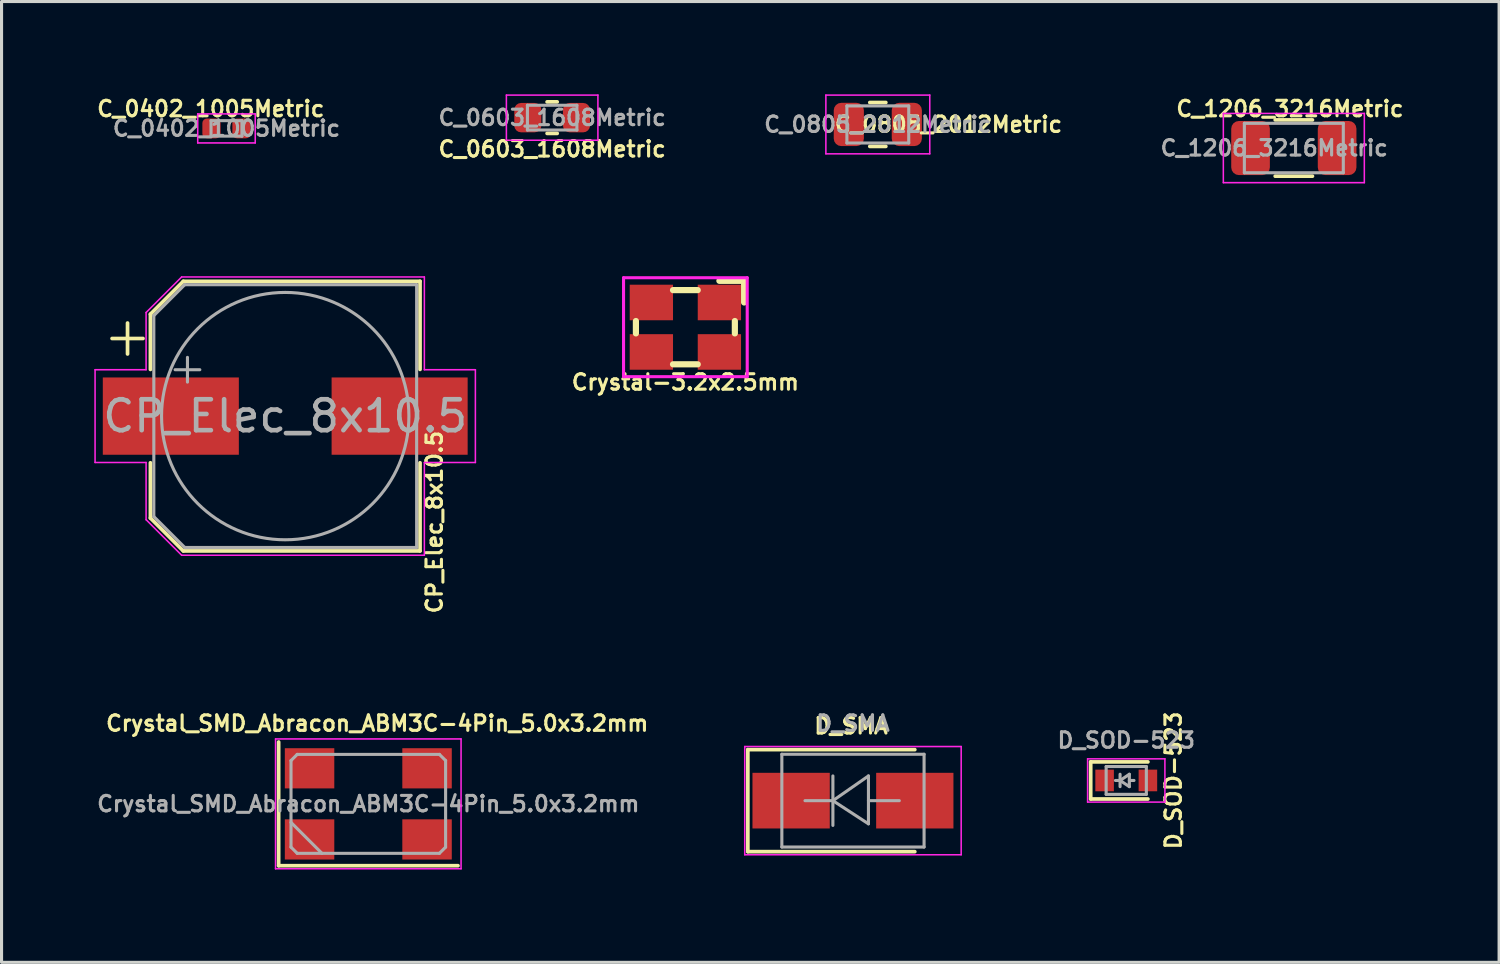
<source format=kicad_pcb>
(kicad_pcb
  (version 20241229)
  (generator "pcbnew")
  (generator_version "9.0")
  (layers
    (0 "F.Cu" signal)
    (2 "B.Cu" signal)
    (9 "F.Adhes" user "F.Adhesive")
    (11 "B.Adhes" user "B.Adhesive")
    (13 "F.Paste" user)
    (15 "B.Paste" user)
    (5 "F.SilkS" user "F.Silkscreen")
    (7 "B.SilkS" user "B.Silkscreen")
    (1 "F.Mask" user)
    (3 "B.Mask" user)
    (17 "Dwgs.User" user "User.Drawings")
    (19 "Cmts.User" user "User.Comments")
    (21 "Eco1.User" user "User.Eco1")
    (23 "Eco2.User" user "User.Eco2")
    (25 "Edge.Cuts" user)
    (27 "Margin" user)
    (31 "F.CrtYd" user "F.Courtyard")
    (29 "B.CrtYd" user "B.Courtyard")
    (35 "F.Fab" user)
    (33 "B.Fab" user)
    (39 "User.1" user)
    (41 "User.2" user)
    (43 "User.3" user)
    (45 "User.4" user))
  (footprint "C_0603_1608Metric"
    (layer "F.Cu")
    (at 14.808 0.755)
    (property "Reference" "C_0603_1608Metric" (at 0 1.016 0) (layer "F.SilkS") (effects (font (size 0.5 0.5) (thickness 0.1))))
    (attr smd)
    (fp_line (start -0.163 -0.51) (end 0.163 -0.51) (stroke (width 0.12) (type solid)) (layer "F.SilkS"))
    (fp_line (start -0.163 0.51) (end 0.163 0.51) (stroke (width 0.12) (type solid)) (layer "F.SilkS"))
    (fp_line (start -1.48 -0.73) (end 1.48 -0.73) (stroke (width 0.05) (type solid)) (layer "F.CrtYd"))
    (fp_line (start -1.48 0.73) (end -1.48 -0.73) (stroke (width 0.05) (type solid)) (layer "F.CrtYd"))
    (fp_line (start 1.48 -0.73) (end 1.48 0.73) (stroke (width 0.05) (type solid)) (layer "F.CrtYd"))
    (fp_line (start 1.48 0.73) (end -1.48 0.73) (stroke (width 0.05) (type solid)) (layer "F.CrtYd"))
    (fp_line (start -0.8 -0.4) (end 0.8 -0.4) (stroke (width 0.1) (type solid)) (layer "F.Fab"))
    (fp_line (start -0.8 0.4) (end -0.8 -0.4) (stroke (width 0.1) (type solid)) (layer "F.Fab"))
    (fp_line (start 0.8 -0.4) (end 0.8 0.4) (stroke (width 0.1) (type solid)) (layer "F.Fab"))
    (fp_line (start 0.8 0.4) (end -0.8 0.4) (stroke (width 0.1) (type solid)) (layer "F.Fab"))
    (fp_text user "${REFERENCE}" (at 0 0 0) (layer "F.Fab") (effects (font (size 0.5 0.5) (thickness 0.1))))
    (pad "1" smd roundrect (at -0.787 0) (size 0.875 0.95) (layers "F.Cu" "F.Mask" "F.Paste") (roundrect_rratio 0.25))
    (pad "2" smd roundrect (at 0.787 0) (size 0.875 0.95) (layers "F.Cu" "F.Mask" "F.Paste") (roundrect_rratio 0.25)))
  (footprint "Crystal-3.2x2.5mm"
    (layer "F.Cu")
    (at 19.117 7.533)
    (property "Reference" "Crystal-3.2x2.5mm" (at 0 1.778 180) (layer "F.SilkS") (effects (font (size 0.5 0.5) (thickness 0.1))))
    (attr smd)
    (fp_line (start -1.6 -0.2) (end -1.6 0.2) (stroke (width 0.2) (type solid)) (layer "F.SilkS"))
    (fp_line (start -0.4 -1.2) (end 0.4 -1.2) (stroke (width 0.2) (type solid)) (layer "F.SilkS"))
    (fp_line (start 0.4 1.2) (end -0.4 1.2) (stroke (width 0.2) (type solid)) (layer "F.SilkS"))
    (fp_line (start 1.1 -1.5) (end 1.9 -1.5) (stroke (width 0.2) (type solid)) (layer "F.SilkS"))
    (fp_line (start 1.6 -0.2) (end 1.6 0.2) (stroke (width 0.2) (type solid)) (layer "F.SilkS"))
    (fp_line (start 1.9 -1.5) (end 1.9 -0.8) (stroke (width 0.2) (type solid)) (layer "F.SilkS"))
    (fp_line (start -2 -1.6) (end 2 -1.6) (stroke (width 0.1) (type solid)) (layer "F.CrtYd"))
    (fp_line (start -2 1.6) (end -2 -1.6) (stroke (width 0.1) (type solid)) (layer "F.CrtYd"))
    (fp_line (start 2 -1.6) (end 2 1.6) (stroke (width 0.1) (type solid)) (layer "F.CrtYd"))
    (fp_line (start 2 1.6) (end -2 1.6) (stroke (width 0.1) (type solid)) (layer "F.CrtYd"))
    (pad "1" smd rect (at 1.1 -0.8) (size 1.4 1.15) (layers "F.Cu" "F.Mask" "F.Paste"))
    (pad "2" smd rect (at -1.1 -0.8) (size 1.4 1.15) (layers "F.Cu" "F.Mask" "F.Paste"))
    (pad "3" smd rect (at -1.1 0.8) (size 1.4 1.15) (layers "F.Cu" "F.Mask" "F.Paste"))
    (pad "4" smd rect (at 1.1 0.8) (size 1.4 1.15) (layers "F.Cu" "F.Mask" "F.Paste")))
  (footprint "C_0402_1005Metric"
    (layer "F.Cu")
    (at 4.275 1.103)
    (property "Reference" "C_0402_1005Metric" (at -0.508 -0.635 0) (layer "F.SilkS") (effects (font (size 0.5 0.5) (thickness 0.1))))
    (attr smd)
    (fp_line (start -0.93 -0.47) (end 0.93 -0.47) (stroke (width 0.05) (type solid)) (layer "F.CrtYd"))
    (fp_line (start -0.93 0.47) (end -0.93 -0.47) (stroke (width 0.05) (type solid)) (layer "F.CrtYd"))
    (fp_line (start 0.93 -0.47) (end 0.93 0.47) (stroke (width 0.05) (type solid)) (layer "F.CrtYd"))
    (fp_line (start 0.93 0.47) (end -0.93 0.47) (stroke (width 0.05) (type solid)) (layer "F.CrtYd"))
    (fp_line (start -0.5 -0.25) (end 0.5 -0.25) (stroke (width 0.1) (type solid)) (layer "F.Fab"))
    (fp_line (start -0.5 0.25) (end -0.5 -0.25) (stroke (width 0.1) (type solid)) (layer "F.Fab"))
    (fp_line (start 0.5 -0.25) (end 0.5 0.25) (stroke (width 0.1) (type solid)) (layer "F.Fab"))
    (fp_line (start 0.5 0.25) (end -0.5 0.25) (stroke (width 0.1) (type solid)) (layer "F.Fab"))
    (fp_text user "${REFERENCE}" (at 0 0 0) (layer "F.Fab") (effects (font (size 0.5 0.5) (thickness 0.1))))
    (pad "1" smd roundrect (at -0.485 0) (size 0.59 0.64) (layers "F.Cu" "F.Mask" "F.Paste") (roundrect_rratio 0.25))
    (pad "2" smd roundrect (at 0.485 0) (size 0.59 0.64) (layers "F.Cu" "F.Mask" "F.Paste") (roundrect_rratio 0.25)))
  (footprint "D_SOD-523"
    (layer "F.Cu")
    (at 33.376 22.192)
    (property "Reference" "D_SOD-523" (at 1.524 0 90) (layer "F.SilkS") (effects (font (size 0.5 0.5) (thickness 0.1))))
    (attr smd)
    (fp_line (start -1.15 -0.6) (end -1.15 0.6) (stroke (width 0.12) (type solid)) (layer "F.SilkS"))
    (fp_line (start 0.7 -0.6) (end -1.15 -0.6) (stroke (width 0.12) (type solid)) (layer "F.SilkS"))
    (fp_line (start 0.7 0.6) (end -1.15 0.6) (stroke (width 0.12) (type solid)) (layer "F.SilkS"))
    (fp_line (start -1.25 -0.7) (end 1.25 -0.7) (stroke (width 0.05) (type solid)) (layer "F.CrtYd"))
    (fp_line (start -1.25 0.7) (end -1.25 -0.7) (stroke (width 0.05) (type solid)) (layer "F.CrtYd"))
    (fp_line (start 1.25 -0.7) (end 1.25 0.7) (stroke (width 0.05) (type solid)) (layer "F.CrtYd"))
    (fp_line (start 1.25 0.7) (end -1.25 0.7) (stroke (width 0.05) (type solid)) (layer "F.CrtYd"))
    (fp_line (start -0.65 -0.45) (end 0.65 -0.45) (stroke (width 0.1) (type solid)) (layer "F.Fab"))
    (fp_line (start -0.65 0.45) (end -0.65 -0.45) (stroke (width 0.1) (type solid)) (layer "F.Fab"))
    (fp_line (start -0.2 0) (end -0.35 0) (stroke (width 0.1) (type solid)) (layer "F.Fab"))
    (fp_line (start -0.2 0) (end 0.1 0.2) (stroke (width 0.1) (type solid)) (layer "F.Fab"))
    (fp_line (start -0.2 0.2) (end -0.2 -0.2) (stroke (width 0.1) (type solid)) (layer "F.Fab"))
    (fp_line (start 0.1 -0.2) (end -0.2 0) (stroke (width 0.1) (type solid)) (layer "F.Fab"))
    (fp_line (start 0.1 0) (end 0.25 0) (stroke (width 0.1) (type solid)) (layer "F.Fab"))
    (fp_line (start 0.1 0.2) (end 0.1 -0.2) (stroke (width 0.1) (type solid)) (layer "F.Fab"))
    (fp_line (start 0.65 -0.45) (end 0.65 0.45) (stroke (width 0.1) (type solid)) (layer "F.Fab"))
    (fp_line (start 0.65 0.45) (end -0.65 0.45) (stroke (width 0.1) (type solid)) (layer "F.Fab"))
    (fp_text user "${REFERENCE}" (at 0 -1.3 0) (layer "F.Fab") (effects (font (size 0.5 0.5) (thickness 0.1))))
    (pad "1" smd rect (at -0.7 0 180) (size 0.6 0.7) (layers "F.Cu" "F.Mask" "F.Paste"))
    (pad "2" smd rect (at 0.7 0 180) (size 0.6 0.7) (layers "F.Cu" "F.Mask" "F.Paste")))
  (footprint "D_SMA"
    (layer "F.Cu")
    (at 24.537 22.845)
    (property "Reference" "D_SMA" (at -0.064 -2.413 0) (layer "F.SilkS") (effects (font (size 0.5 0.5) (thickness 0.1))))
    (attr smd)
    (fp_line (start -3.4 -1.65) (end -3.4 1.65) (stroke (width 0.12) (type solid)) (layer "F.SilkS"))
    (fp_line (start -3.4 -1.65) (end 2 -1.65) (stroke (width 0.12) (type solid)) (layer "F.SilkS"))
    (fp_line (start -3.4 1.65) (end 2 1.65) (stroke (width 0.12) (type solid)) (layer "F.SilkS"))
    (fp_line (start -3.5 -1.75) (end 3.5 -1.75) (stroke (width 0.05) (type solid)) (layer "F.CrtYd"))
    (fp_line (start -3.5 1.75) (end -3.5 -1.75) (stroke (width 0.05) (type solid)) (layer "F.CrtYd"))
    (fp_line (start 3.5 -1.75) (end 3.5 1.75) (stroke (width 0.05) (type solid)) (layer "F.CrtYd"))
    (fp_line (start 3.5 1.75) (end -3.5 1.75) (stroke (width 0.05) (type solid)) (layer "F.CrtYd"))
    (fp_line (start -2.3 1.5) (end -2.3 -1.5) (stroke (width 0.1) (type solid)) (layer "F.Fab"))
    (fp_line (start -0.649 -0.799) (end -0.649 0.801) (stroke (width 0.1) (type solid)) (layer "F.Fab"))
    (fp_line (start -0.649 0.001) (end -1.551 0.001) (stroke (width 0.1) (type solid)) (layer "F.Fab"))
    (fp_line (start -0.649 0.001) (end 0.501 -0.799) (stroke (width 0.1) (type solid)) (layer "F.Fab"))
    (fp_line (start -0.649 0.001) (end 0.501 0.75) (stroke (width 0.1) (type solid)) (layer "F.Fab"))
    (fp_line (start 0.501 0.001) (end 1.499 0.001) (stroke (width 0.1) (type solid)) (layer "F.Fab"))
    (fp_line (start 0.501 0.75) (end 0.501 -0.799) (stroke (width 0.1) (type solid)) (layer "F.Fab"))
    (fp_line (start 2.3 -1.5) (end -2.3 -1.5) (stroke (width 0.1) (type solid)) (layer "F.Fab"))
    (fp_line (start 2.3 -1.5) (end 2.3 1.5) (stroke (width 0.1) (type solid)) (layer "F.Fab"))
    (fp_line (start 2.3 1.5) (end -2.3 1.5) (stroke (width 0.1) (type solid)) (layer "F.Fab"))
    (fp_text user "${REFERENCE}" (at 0 -2.5 0) (layer "F.Fab") (effects (font (size 0.5 0.5) (thickness 0.1))))
    (pad "1" smd rect (at -2 0) (size 2.5 1.8) (layers "F.Cu" "F.Mask" "F.Paste"))
    (pad "2" smd rect (at 2 0) (size 2.5 1.8) (layers "F.Cu" "F.Mask" "F.Paste")))
  (footprint "CP_Elec_8x10.5"
    (layer "F.Cu")
    (at 6.175 10.408)
    (property "Reference" "CP_Elec_8x10.5" (at 4.826 3.429 90) (layer "F.SilkS") (effects (font (size 0.5 0.5) (thickness 0.1))))
    (attr smd)
    (fp_line (start -5.6 -2.51) (end -4.6 -2.51) (stroke (width 0.12) (type solid)) (layer "F.SilkS"))
    (fp_line (start -5.1 -3.01) (end -5.1 -2.01) (stroke (width 0.12) (type solid)) (layer "F.SilkS"))
    (fp_line (start -4.36 -3.296) (end -4.36 -1.51) (stroke (width 0.12) (type solid)) (layer "F.SilkS"))
    (fp_line (start -4.36 -3.296) (end -3.296 -4.36) (stroke (width 0.12) (type solid)) (layer "F.SilkS"))
    (fp_line (start -4.36 3.296) (end -4.36 1.51) (stroke (width 0.12) (type solid)) (layer "F.SilkS"))
    (fp_line (start -4.36 3.296) (end -3.296 4.36) (stroke (width 0.12) (type solid)) (layer "F.SilkS"))
    (fp_line (start -3.296 -4.36) (end 4.36 -4.36) (stroke (width 0.12) (type solid)) (layer "F.SilkS"))
    (fp_line (start -3.296 4.36) (end 4.36 4.36) (stroke (width 0.12) (type solid)) (layer "F.SilkS"))
    (fp_line (start 4.36 -4.36) (end 4.36 -1.51) (stroke (width 0.12) (type solid)) (layer "F.SilkS"))
    (fp_line (start 4.36 4.36) (end 4.36 1.51) (stroke (width 0.12) (type solid)) (layer "F.SilkS"))
    (fp_line (start -6.15 -1.5) (end -6.15 1.5) (stroke (width 0.05) (type solid)) (layer "F.CrtYd"))
    (fp_line (start -6.15 1.5) (end -4.5 1.5) (stroke (width 0.05) (type solid)) (layer "F.CrtYd"))
    (fp_line (start -4.5 -3.35) (end -4.5 -1.5) (stroke (width 0.05) (type solid)) (layer "F.CrtYd"))
    (fp_line (start -4.5 -3.35) (end -3.35 -4.5) (stroke (width 0.05) (type solid)) (layer "F.CrtYd"))
    (fp_line (start -4.5 -1.5) (end -6.15 -1.5) (stroke (width 0.05) (type solid)) (layer "F.CrtYd"))
    (fp_line (start -4.5 1.5) (end -4.5 3.35) (stroke (width 0.05) (type solid)) (layer "F.CrtYd"))
    (fp_line (start -4.5 3.35) (end -3.35 4.5) (stroke (width 0.05) (type solid)) (layer "F.CrtYd"))
    (fp_line (start -3.35 -4.5) (end 4.5 -4.5) (stroke (width 0.05) (type solid)) (layer "F.CrtYd"))
    (fp_line (start -3.35 4.5) (end 4.5 4.5) (stroke (width 0.05) (type solid)) (layer "F.CrtYd"))
    (fp_line (start 4.5 -4.5) (end 4.5 -1.5) (stroke (width 0.05) (type solid)) (layer "F.CrtYd"))
    (fp_line (start 4.5 -1.5) (end 6.15 -1.5) (stroke (width 0.05) (type solid)) (layer "F.CrtYd"))
    (fp_line (start 4.5 1.5) (end 4.5 4.5) (stroke (width 0.05) (type solid)) (layer "F.CrtYd"))
    (fp_line (start 6.15 -1.5) (end 6.15 1.5) (stroke (width 0.05) (type solid)) (layer "F.CrtYd"))
    (fp_line (start 6.15 1.5) (end 4.5 1.5) (stroke (width 0.05) (type solid)) (layer "F.CrtYd"))
    (fp_line (start -4.25 -3.25) (end -4.25 3.25) (stroke (width 0.1) (type solid)) (layer "F.Fab"))
    (fp_line (start -4.25 -3.25) (end -3.25 -4.25) (stroke (width 0.1) (type solid)) (layer "F.Fab"))
    (fp_line (start -4.25 3.25) (end -3.25 4.25) (stroke (width 0.1) (type solid)) (layer "F.Fab"))
    (fp_line (start -3.562 -1.5) (end -2.762 -1.5) (stroke (width 0.1) (type solid)) (layer "F.Fab"))
    (fp_line (start -3.25 -4.25) (end 4.25 -4.25) (stroke (width 0.1) (type solid)) (layer "F.Fab"))
    (fp_line (start -3.25 4.25) (end 4.25 4.25) (stroke (width 0.1) (type solid)) (layer "F.Fab"))
    (fp_line (start -3.162 -1.9) (end -3.162 -1.1) (stroke (width 0.1) (type solid)) (layer "F.Fab"))
    (fp_line (start 4.25 -4.25) (end 4.25 4.25) (stroke (width 0.1) (type solid)) (layer "F.Fab"))
    (fp_circle (center 0 0) (end 4 0) (stroke (width 0.1) (type solid)) (fill no) (layer "F.Fab"))
    (fp_text user "${REFERENCE}" (at 0 0 0) (layer "F.Fab") (effects (font (size 1 1) (thickness 0.15))))
    (pad "1" smd rect (at -3.7 0) (size 4.4 2.5) (layers "F.Cu" "F.Mask" "F.Paste"))
    (pad "2" smd rect (at 3.7 0) (size 4.4 2.5) (layers "F.Cu" "F.Mask" "F.Paste")))
  (footprint "C_1206_3216Metric"
    (layer "F.Cu")
    (at 38.796 1.738)
    (property "Reference" "C_1206_3216Metric" (at -0.127 -1.27 0) (layer "F.SilkS") (effects (font (size 0.5 0.5) (thickness 0.1))))
    (attr smd)
    (fp_line (start -0.602 -0.91) (end 0.602 -0.91) (stroke (width 0.12) (type solid)) (layer "F.SilkS"))
    (fp_line (start -0.602 0.91) (end 0.602 0.91) (stroke (width 0.12) (type solid)) (layer "F.SilkS"))
    (fp_line (start -2.28 -1.12) (end 2.28 -1.12) (stroke (width 0.05) (type solid)) (layer "F.CrtYd"))
    (fp_line (start -2.28 1.12) (end -2.28 -1.12) (stroke (width 0.05) (type solid)) (layer "F.CrtYd"))
    (fp_line (start 2.28 -1.12) (end 2.28 1.12) (stroke (width 0.05) (type solid)) (layer "F.CrtYd"))
    (fp_line (start 2.28 1.12) (end -2.28 1.12) (stroke (width 0.05) (type solid)) (layer "F.CrtYd"))
    (fp_line (start -1.6 -0.8) (end 1.6 -0.8) (stroke (width 0.1) (type solid)) (layer "F.Fab"))
    (fp_line (start -1.6 0.8) (end -1.6 -0.8) (stroke (width 0.1) (type solid)) (layer "F.Fab"))
    (fp_line (start 1.6 -0.8) (end 1.6 0.8) (stroke (width 0.1) (type solid)) (layer "F.Fab"))
    (fp_line (start 1.6 0.8) (end -1.6 0.8) (stroke (width 0.1) (type solid)) (layer "F.Fab"))
    (fp_text user "${REFERENCE}" (at -0.635 0 0) (layer "F.Fab") (effects (font (size 0.5 0.5) (thickness 0.1))))
    (pad "1" smd roundrect (at -1.4 0) (size 1.25 1.75) (layers "F.Cu" "F.Mask" "F.Paste") (roundrect_rratio 0.2))
    (pad "2" smd roundrect (at 1.4 0) (size 1.25 1.75) (layers "F.Cu" "F.Mask" "F.Paste") (roundrect_rratio 0.2)))
  (footprint "Crystal_SMD_Abracon_ABM3C-4Pin_5.0x3.2mm"
    (layer "F.Cu")
    (at 8.862 22.949)
    (property "Reference" "Crystal_SMD_Abracon_ABM3C-4Pin_5.0x3.2mm" (at 0.288 -2.604 0) (layer "F.SilkS") (effects (font (size 0.5 0.5) (thickness 0.1))))
    (attr smd)
    (fp_line (start -2.9 -2) (end -2.9 2) (stroke (width 0.12) (type solid)) (layer "F.SilkS"))
    (fp_line (start -2.9 2) (end 2.9 2) (stroke (width 0.12) (type solid)) (layer "F.SilkS"))
    (fp_line (start -3 -2.1) (end -3 2.1) (stroke (width 0.05) (type solid)) (layer "F.CrtYd"))
    (fp_line (start -3 2.1) (end 3 2.1) (stroke (width 0.05) (type solid)) (layer "F.CrtYd"))
    (fp_line (start 3 -2.1) (end -3 -2.1) (stroke (width 0.05) (type solid)) (layer "F.CrtYd"))
    (fp_line (start 3 2.1) (end 3 -2.1) (stroke (width 0.05) (type solid)) (layer "F.CrtYd"))
    (fp_line (start -2.5 -1.4) (end -2.3 -1.6) (stroke (width 0.1) (type solid)) (layer "F.Fab"))
    (fp_line (start -2.5 0.6) (end -1.5 1.6) (stroke (width 0.1) (type solid)) (layer "F.Fab"))
    (fp_line (start -2.5 1.4) (end -2.5 -1.4) (stroke (width 0.1) (type solid)) (layer "F.Fab"))
    (fp_line (start -2.3 -1.6) (end 2.3 -1.6) (stroke (width 0.1) (type solid)) (layer "F.Fab"))
    (fp_line (start -2.3 1.6) (end -2.5 1.4) (stroke (width 0.1) (type solid)) (layer "F.Fab"))
    (fp_line (start 2.3 -1.6) (end 2.5 -1.4) (stroke (width 0.1) (type solid)) (layer "F.Fab"))
    (fp_line (start 2.3 1.6) (end -2.3 1.6) (stroke (width 0.1) (type solid)) (layer "F.Fab"))
    (fp_line (start 2.5 -1.4) (end 2.5 1.4) (stroke (width 0.1) (type solid)) (layer "F.Fab"))
    (fp_line (start 2.5 1.4) (end 2.3 1.6) (stroke (width 0.1) (type solid)) (layer "F.Fab"))
    (fp_text user "${REFERENCE}" (at 0 0 0) (layer "F.Fab") (effects (font (size 0.5 0.5) (thickness 0.1))))
    (pad "1" smd rect (at -1.9 1.15) (size 1.6 1.3) (layers "F.Cu" "F.Mask" "F.Paste"))
    (pad "2" smd rect (at 1.9 1.15) (size 1.6 1.3) (layers "F.Cu" "F.Mask" "F.Paste"))
    (pad "3" smd rect (at 1.9 -1.15) (size 1.6 1.3) (layers "F.Cu" "F.Mask" "F.Paste"))
    (pad "4" smd rect (at -1.9 -1.15) (size 1.6 1.3) (layers "F.Cu" "F.Mask" "F.Paste")))
  (footprint "C_0805_2012Metric"
    (layer "F.Cu")
    (at 25.341 0.975)
    (property "Reference" "C_0805_2012Metric" (at 2.286 0 180) (layer "F.SilkS") (effects (font (size 0.5 0.5) (thickness 0.1))))
    (attr smd)
    (fp_line (start -0.259 -0.71) (end 0.259 -0.71) (stroke (width 0.12) (type solid)) (layer "F.SilkS"))
    (fp_line (start -0.259 0.71) (end 0.259 0.71) (stroke (width 0.12) (type solid)) (layer "F.SilkS"))
    (fp_line (start -1.68 -0.95) (end 1.68 -0.95) (stroke (width 0.05) (type solid)) (layer "F.CrtYd"))
    (fp_line (start -1.68 0.95) (end -1.68 -0.95) (stroke (width 0.05) (type solid)) (layer "F.CrtYd"))
    (fp_line (start 1.68 -0.95) (end 1.68 0.95) (stroke (width 0.05) (type solid)) (layer "F.CrtYd"))
    (fp_line (start 1.68 0.95) (end -1.68 0.95) (stroke (width 0.05) (type solid)) (layer "F.CrtYd"))
    (fp_line (start -1 -0.6) (end 1 -0.6) (stroke (width 0.1) (type solid)) (layer "F.Fab"))
    (fp_line (start -1 0.6) (end -1 -0.6) (stroke (width 0.1) (type solid)) (layer "F.Fab"))
    (fp_line (start 1 -0.6) (end 1 0.6) (stroke (width 0.1) (type solid)) (layer "F.Fab"))
    (fp_line (start 1 0.6) (end -1 0.6) (stroke (width 0.1) (type solid)) (layer "F.Fab"))
    (fp_text user "${REFERENCE}" (at 0 0 0) (layer "F.Fab") (effects (font (size 0.5 0.5) (thickness 0.1))))
    (pad "1" smd roundrect (at -0.938 0) (size 0.975 1.4) (layers "F.Cu" "F.Mask" "F.Paste") (roundrect_rratio 0.25))
    (pad "2" smd roundrect (at 0.938 0) (size 0.975 1.4) (layers "F.Cu" "F.Mask" "F.Paste") (roundrect_rratio 0.25)))
  (gr_rect
    (start -3 -3)
    (end 45.435 28.074)
    (stroke (width 0.1) (type default))
    (fill no)
    (layer "Edge.Cuts")))
</source>
